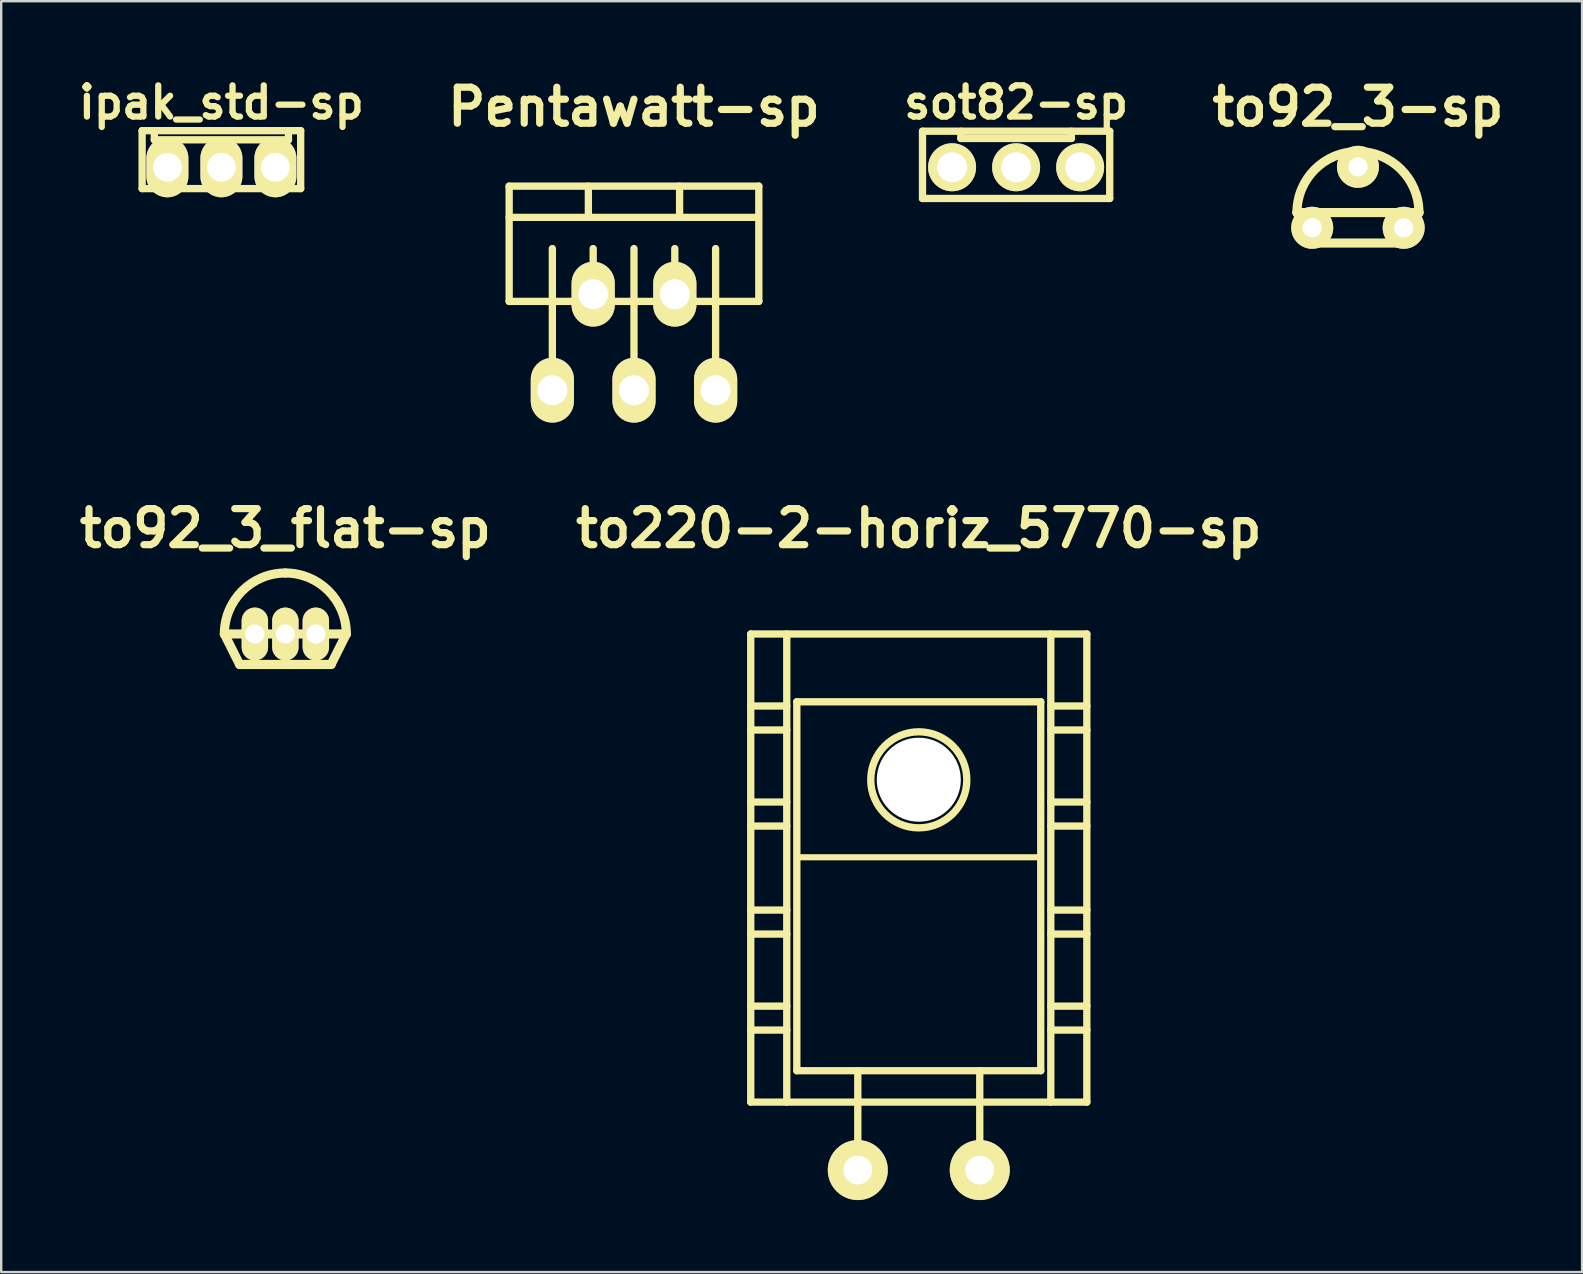
<source format=kicad_pcb>
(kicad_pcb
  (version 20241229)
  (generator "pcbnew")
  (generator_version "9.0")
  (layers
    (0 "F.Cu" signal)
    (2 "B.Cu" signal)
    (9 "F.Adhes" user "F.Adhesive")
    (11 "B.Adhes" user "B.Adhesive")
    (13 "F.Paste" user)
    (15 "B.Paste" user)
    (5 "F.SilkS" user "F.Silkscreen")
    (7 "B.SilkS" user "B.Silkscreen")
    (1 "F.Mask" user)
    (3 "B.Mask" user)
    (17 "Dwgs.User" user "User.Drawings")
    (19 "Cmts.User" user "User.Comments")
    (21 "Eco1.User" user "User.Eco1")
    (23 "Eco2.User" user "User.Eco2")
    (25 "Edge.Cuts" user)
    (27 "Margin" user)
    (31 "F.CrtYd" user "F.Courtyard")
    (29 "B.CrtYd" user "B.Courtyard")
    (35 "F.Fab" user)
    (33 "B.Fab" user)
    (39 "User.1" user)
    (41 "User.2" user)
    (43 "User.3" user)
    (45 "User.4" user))
  (footprint "to92_3_flat-sp"
    (layer "F.Cu")
    (at 8.836 23.358)
    (property "Reference" "to92_3_flat-sp" (at 0 -4.4 0) (layer "F.SilkS") (effects (font (size 1.5 1.5) (thickness 0.3))))
    (attr through_hole)
    (fp_line (start -1.905 1.27) (end -2.54 0) (stroke (width 0.381) (type solid)) (layer "F.SilkS"))
    (fp_line (start 1.905 1.27) (end -1.905 1.27) (stroke (width 0.381) (type solid)) (layer "F.SilkS"))
    (fp_line (start 2.54 0) (end -2.54 0) (stroke (width 0.381) (type solid)) (layer "F.SilkS"))
    (fp_line (start 2.54 0) (end 1.905 1.27) (stroke (width 0.381) (type solid)) (layer "F.SilkS"))
    (fp_arc (start -2.54 0) (mid -1.796051 -1.796051) (end 0 -2.54) (stroke (width 0.381) (type solid)) (layer "F.SilkS"))
    (fp_arc (start 0 -2.54) (mid 1.796051 -1.796051) (end 2.54 0) (stroke (width 0.381) (type solid)) (layer "F.SilkS"))
    (pad "1" thru_hole oval (at -1.27 0) (size 1.1 2.2) (drill 0.8) (layers "*.Cu" "*.Mask" "F.SilkS"))
    (pad "2" thru_hole oval (at 0 0) (size 1.1 2.2) (drill 0.8) (layers "*.Cu" "*.Mask" "F.SilkS"))
    (pad "3" thru_hole oval (at 1.27 0) (size 1.1 2.2) (drill 0.8) (layers "*.Cu" "*.Mask" "F.SilkS")))
  (footprint "ipak_std-sp"
    (layer "F.Cu")
    (at 6.172 3.917)
    (property "Reference" "ipak_std-sp" (at 0 -2.7 0) (layer "F.SilkS") (effects (font (size 1.3 1.3) (thickness 0.26))))
    (attr through_hole)
    (fp_line (start -3.302 -1.524) (end 3.302 -1.524) (stroke (width 0.305) (type solid)) (layer "F.SilkS"))
    (fp_line (start -3.302 0.889) (end -3.302 -1.524) (stroke (width 0.305) (type solid)) (layer "F.SilkS"))
    (fp_line (start -2.794 -1.524) (end -2.794 -1.143) (stroke (width 0.305) (type solid)) (layer "F.SilkS"))
    (fp_line (start -2.794 -1.143) (end 2.794 -1.143) (stroke (width 0.305) (type solid)) (layer "F.SilkS"))
    (fp_line (start 2.794 -1.143) (end 2.794 -1.524) (stroke (width 0.305) (type solid)) (layer "F.SilkS"))
    (fp_line (start 3.302 -1.524) (end 3.302 0.889) (stroke (width 0.305) (type solid)) (layer "F.SilkS"))
    (fp_line (start 3.302 0.889) (end -3.302 0.889) (stroke (width 0.305) (type solid)) (layer "F.SilkS"))
    (pad "1" thru_hole oval (at -2.25 0) (size 1.75 2.5) (drill 1.2) (layers "*.Cu" "*.Mask" "F.SilkS"))
    (pad "2" thru_hole oval (at 0 0) (size 1.75 2.5) (drill 1.2) (layers "*.Cu" "*.Mask" "F.SilkS"))
    (pad "3" thru_hole oval (at 2.25 0) (size 1.75 2.5) (drill 1.2) (layers "*.Cu" "*.Mask" "F.SilkS")))
  (footprint "to92_3-sp"
    (layer "F.Cu")
    (at 53.514 5.804)
    (property "Reference" "to92_3-sp" (at 0 -4.4 0) (layer "F.SilkS") (effects (font (size 1.5 1.5) (thickness 0.3))))
    (attr through_hole)
    (fp_line (start -1.905 1.27) (end -2.54 0) (stroke (width 0.381) (type solid)) (layer "F.SilkS"))
    (fp_line (start 1.905 1.27) (end -1.905 1.27) (stroke (width 0.381) (type solid)) (layer "F.SilkS"))
    (fp_line (start 2.54 0) (end -2.54 0) (stroke (width 0.381) (type solid)) (layer "F.SilkS"))
    (fp_line (start 2.54 0) (end 1.905 1.27) (stroke (width 0.381) (type solid)) (layer "F.SilkS"))
    (fp_arc (start -2.54 0) (mid -1.796051 -1.796051) (end 0 -2.54) (stroke (width 0.381) (type solid)) (layer "F.SilkS"))
    (fp_arc (start 0 -2.54) (mid 1.796051 -1.796051) (end 2.54 0) (stroke (width 0.381) (type solid)) (layer "F.SilkS"))
    (pad "1" thru_hole circle (at -1.905 0.635) (size 1.75 1.75) (drill 0.8) (layers "*.Cu" "*.Mask" "F.SilkS"))
    (pad "2" thru_hole circle (at 0 -1.905) (size 1.75 1.75) (drill 0.8) (layers "*.Cu" "*.Mask" "F.SilkS"))
    (pad "3" thru_hole circle (at 1.905 0.635) (size 1.75 1.75) (drill 0.8) (layers "*.Cu" "*.Mask" "F.SilkS")))
  (footprint "sot82-sp"
    (layer "F.Cu")
    (at 39.275 3.917)
    (property "Reference" "sot82-sp" (at 0 -2.7 0) (layer "F.SilkS") (effects (font (size 1.3 1.3) (thickness 0.26))))
    (attr through_hole)
    (fp_line (start -3.899 -1.501) (end -3.899 1.3) (stroke (width 0.305) (type solid)) (layer "F.SilkS"))
    (fp_line (start -3.899 1.3) (end 3.899 1.3) (stroke (width 0.305) (type solid)) (layer "F.SilkS"))
    (fp_line (start -2.301 -1.501) (end -2.301 -1.199) (stroke (width 0.305) (type solid)) (layer "F.SilkS"))
    (fp_line (start -2.301 -1.199) (end 2.301 -1.199) (stroke (width 0.305) (type solid)) (layer "F.SilkS"))
    (fp_line (start 2.301 -1.199) (end 2.301 -1.501) (stroke (width 0.305) (type solid)) (layer "F.SilkS"))
    (fp_line (start 3.899 -1.501) (end -3.899 -1.501) (stroke (width 0.305) (type solid)) (layer "F.SilkS"))
    (fp_line (start 3.899 1.3) (end 3.899 -1.501) (stroke (width 0.305) (type solid)) (layer "F.SilkS"))
    (pad "1" thru_hole circle (at -2.667 0) (size 1.999 1.999) (drill 1.25) (layers "*.Cu" "*.Mask" "F.SilkS"))
    (pad "2" thru_hole circle (at 0 0) (size 1.999 1.999) (drill 1.25) (layers "*.Cu" "*.Mask" "F.SilkS"))
    (pad "3" thru_hole circle (at 2.667 0) (size 1.999 1.999) (drill 1.25) (layers "*.Cu" "*.Mask" "F.SilkS")))
  (footprint "Pentawatt-sp"
    (layer "F.Cu")
    (at 23.358 9.204)
    (property "Reference" "Pentawatt-sp" (at 0 -7.8 0) (layer "F.SilkS") (effects (font (size 1.5 1.5) (thickness 0.3))))
    (attr through_hole)
    (fp_line (start -5.2 -4.5) (end 5.2 -4.5) (stroke (width 0.305) (type solid)) (layer "F.SilkS"))
    (fp_line (start -5.2 -3.2) (end 5.1 -3.2) (stroke (width 0.305) (type solid)) (layer "F.SilkS"))
    (fp_line (start -5.2 0.3) (end -5.2 -4.5) (stroke (width 0.305) (type solid)) (layer "F.SilkS"))
    (fp_line (start -3.4 -1.9) (end -3.4 4) (stroke (width 0.305) (type solid)) (layer "F.SilkS"))
    (fp_line (start -1.9 -3.2) (end -1.9 -4.5) (stroke (width 0.305) (type solid)) (layer "F.SilkS"))
    (fp_line (start -1.7 -1.9) (end -1.7 0) (stroke (width 0.305) (type solid)) (layer "F.SilkS"))
    (fp_line (start 0 -1.9) (end 0 4) (stroke (width 0.305) (type solid)) (layer "F.SilkS"))
    (fp_line (start 1.7 -1.9) (end 1.7 0) (stroke (width 0.305) (type solid)) (layer "F.SilkS"))
    (fp_line (start 1.9 -4.5) (end 1.9 -3.2) (stroke (width 0.305) (type solid)) (layer "F.SilkS"))
    (fp_line (start 3.4 -1.9) (end 3.4 4) (stroke (width 0.305) (type solid)) (layer "F.SilkS"))
    (fp_line (start 5.2 -4.5) (end 5.2 0.3) (stroke (width 0.305) (type solid)) (layer "F.SilkS"))
    (fp_line (start 5.2 0.3) (end -5.2 0.3) (stroke (width 0.305) (type solid)) (layer "F.SilkS"))
    (pad "1" thru_hole oval (at -3.4 4) (size 1.8 2.7) (drill 1.25) (layers "*.Cu" "*.Mask" "F.SilkS"))
    (pad "2" thru_hole oval (at -1.7 0) (size 1.8 2.7) (drill 1.25) (layers "*.Cu" "*.Mask" "F.SilkS"))
    (pad "3" thru_hole oval (at 0 4) (size 1.8 2.7) (drill 1.25) (layers "*.Cu" "*.Mask" "F.SilkS"))
    (pad "4" thru_hole oval (at 1.7 0) (size 1.8 2.7) (drill 1.25) (layers "*.Cu" "*.Mask" "F.SilkS"))
    (pad "5" thru_hole oval (at 3.4 4) (size 1.8 2.7) (drill 1.25) (layers "*.Cu" "*.Mask" "F.SilkS")))
  (footprint "to220-2-horiz_5770-sp"
    (layer "F.Cu")
    (at 35.221 37.358)
    (property "Reference" "to220-2-horiz_5770-sp" (at 0 -18.4 0) (layer "F.SilkS") (effects (font (size 1.5 1.5) (thickness 0.3))))
    (attr through_hole)
    (fp_line (start -7 -14) (end -7 5.499) (stroke (width 0.305) (type solid)) (layer "F.SilkS"))
    (fp_line (start -7 -11.001) (end -5.499 -11.001) (stroke (width 0.305) (type solid)) (layer "F.SilkS"))
    (fp_line (start -7 -10) (end -5.499 -10) (stroke (width 0.305) (type solid)) (layer "F.SilkS"))
    (fp_line (start -7 -7) (end -5.499 -7) (stroke (width 0.305) (type solid)) (layer "F.SilkS"))
    (fp_line (start -7 -5.999) (end -5.499 -5.999) (stroke (width 0.305) (type solid)) (layer "F.SilkS"))
    (fp_line (start -7 -2.499) (end -5.499 -2.499) (stroke (width 0.305) (type solid)) (layer "F.SilkS"))
    (fp_line (start -7 -1.501) (end -5.499 -1.501) (stroke (width 0.305) (type solid)) (layer "F.SilkS"))
    (fp_line (start -7 1.501) (end -5.499 1.501) (stroke (width 0.305) (type solid)) (layer "F.SilkS"))
    (fp_line (start -7 2.499) (end -5.499 2.499) (stroke (width 0.305) (type solid)) (layer "F.SilkS"))
    (fp_line (start -7 5.499) (end 7 5.499) (stroke (width 0.305) (type solid)) (layer "F.SilkS"))
    (fp_line (start -5.499 5.499) (end -5.499 -14) (stroke (width 0.305) (type solid)) (layer "F.SilkS"))
    (fp_line (start -5.08 -11.176) (end -5.08 4.191) (stroke (width 0.305) (type solid)) (layer "F.SilkS"))
    (fp_line (start -5.08 4.191) (end 5.08 4.191) (stroke (width 0.305) (type solid)) (layer "F.SilkS"))
    (fp_line (start -2.54 8.382) (end -2.54 4.191) (stroke (width 0.305) (type solid)) (layer "F.SilkS"))
    (fp_line (start 2.54 8.382) (end 2.54 4.191) (stroke (width 0.305) (type solid)) (layer "F.SilkS"))
    (fp_line (start 5.08 -11.176) (end -5.08 -11.176) (stroke (width 0.305) (type solid)) (layer "F.SilkS"))
    (fp_line (start 5.08 -4.699) (end -5.08 -4.699) (stroke (width 0.254) (type solid)) (layer "F.SilkS"))
    (fp_line (start 5.08 4.191) (end 5.08 -11.176) (stroke (width 0.305) (type solid)) (layer "F.SilkS"))
    (fp_line (start 5.499 -14) (end 5.499 5.499) (stroke (width 0.305) (type solid)) (layer "F.SilkS"))
    (fp_line (start 5.499 -11.001) (end 7 -11.001) (stroke (width 0.305) (type solid)) (layer "F.SilkS"))
    (fp_line (start 5.499 -10) (end 7 -10) (stroke (width 0.305) (type solid)) (layer "F.SilkS"))
    (fp_line (start 5.499 -7) (end 7 -7) (stroke (width 0.305) (type solid)) (layer "F.SilkS"))
    (fp_line (start 5.499 -5.999) (end 7 -5.999) (stroke (width 0.305) (type solid)) (layer "F.SilkS"))
    (fp_line (start 5.499 -2.499) (end 7 -2.499) (stroke (width 0.305) (type solid)) (layer "F.SilkS"))
    (fp_line (start 5.499 -1.501) (end 7 -1.501) (stroke (width 0.305) (type solid)) (layer "F.SilkS"))
    (fp_line (start 5.499 1.501) (end 7 1.501) (stroke (width 0.305) (type solid)) (layer "F.SilkS"))
    (fp_line (start 5.499 2.499) (end 7 2.499) (stroke (width 0.305) (type solid)) (layer "F.SilkS"))
    (fp_line (start 7 -14) (end -7 -14) (stroke (width 0.305) (type solid)) (layer "F.SilkS"))
    (fp_line (start 7 5.499) (end 7 -14) (stroke (width 0.305) (type solid)) (layer "F.SilkS"))
    (fp_circle (center 0 -7.925) (end -1.999 -8.001) (stroke (width 0.305) (type solid)) (fill no) (layer "F.SilkS"))
    (pad "" np_thru_hole circle (at 0 -7.93) (size 3.5 3.5) (drill 3.5) (layers "*.Cu" "*.Mask"))
    (pad "1" thru_hole circle (at -2.54 8.33) (size 2.5 2.5) (drill 1.2) (layers "*.Cu" "*.Mask" "F.SilkS"))
    (pad "2" thru_hole circle (at 2.54 8.33) (size 2.5 2.5) (drill 1.2) (layers "*.Cu" "*.Mask" "F.SilkS")))
  (gr_rect
    (start -3 -3)
    (end 62.85 49.938)
    (stroke (width 0.1) (type default))
    (fill no)
    (layer "Edge.Cuts")))
</source>
